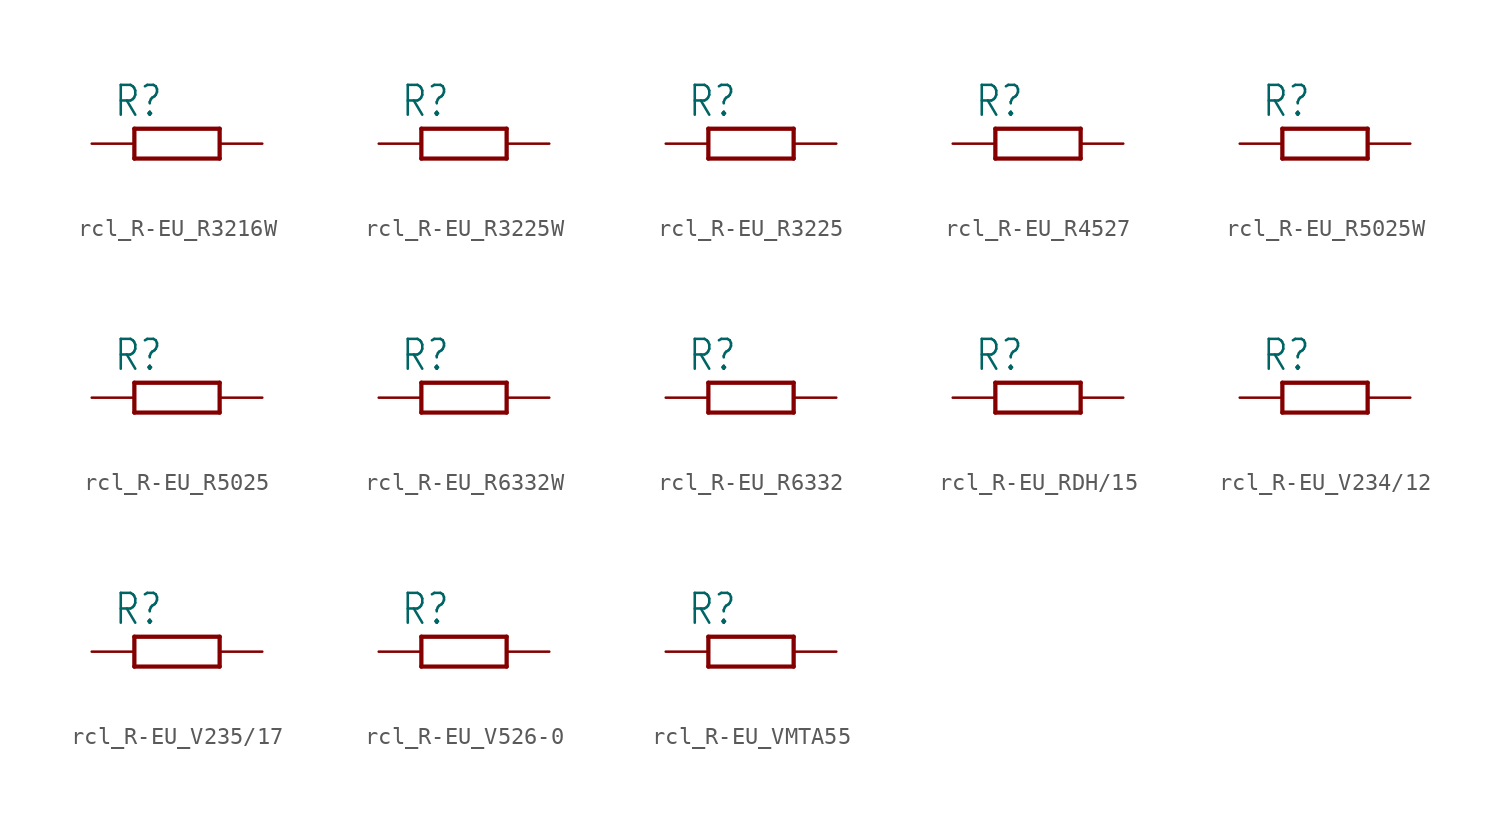
<source format=kicad_sym>
(kicad_symbol_lib
  (version 20231120)
  (generator "kicad_symbol_editor")
  (generator_version "8.0")
  (symbol "rcl_R-EU_R3216W"
    (property "Reference" "R"
      (at -3.81 1.499 0)
      (effects (font (size 1.778 1.511)) (justify left bottom)))
    (property "Value" ""
      (at -3.81 -3.302 0)
      (effects (font (size 1.778 1.511)) (justify left bottom)))
    (property "ki_locked" ""
      (at 0 0 0)
      (effects (font (size 1.27 1.27))))
    (symbol "rcl_R-EU_R3216W_1_0"
      (polyline (pts (xy -2.54 -0.889) (xy -2.54 0.889)) (stroke (width 0.254) (type solid)) (fill (type none)))
      (polyline (pts (xy -2.54 -0.889) (xy 2.54 -0.889)) (stroke (width 0.254) (type solid)) (fill (type none)))
      (polyline (pts (xy 2.54 -0.889) (xy 2.54 0.889)) (stroke (width 0.254) (type solid)) (fill (type none)))
      (polyline (pts (xy 2.54 0.889) (xy -2.54 0.889)) (stroke (width 0.254) (type solid)) (fill (type none)))
      (pin passive line (at -5.08 0 0) (length 2.54) (name "1" (effects (font (size 0 0)))) (number "1" (effects (font (size 0 0)))))
      (pin passive line (at 5.08 0 180) (length 2.54) (name "2" (effects (font (size 0 0)))) (number "2" (effects (font (size 0 0)))))))
  (symbol "rcl_R-EU_R3225W"
    (property "Reference" "R"
      (at -3.81 1.499 0)
      (effects (font (size 1.778 1.511)) (justify left bottom)))
    (property "Value" ""
      (at -3.81 -3.302 0)
      (effects (font (size 1.778 1.511)) (justify left bottom)))
    (property "ki_locked" ""
      (at 0 0 0)
      (effects (font (size 1.27 1.27))))
    (symbol "rcl_R-EU_R3225W_1_0"
      (polyline (pts (xy -2.54 -0.889) (xy -2.54 0.889)) (stroke (width 0.254) (type solid)) (fill (type none)))
      (polyline (pts (xy -2.54 -0.889) (xy 2.54 -0.889)) (stroke (width 0.254) (type solid)) (fill (type none)))
      (polyline (pts (xy 2.54 -0.889) (xy 2.54 0.889)) (stroke (width 0.254) (type solid)) (fill (type none)))
      (polyline (pts (xy 2.54 0.889) (xy -2.54 0.889)) (stroke (width 0.254) (type solid)) (fill (type none)))
      (pin passive line (at -5.08 0 0) (length 2.54) (name "1" (effects (font (size 0 0)))) (number "1" (effects (font (size 0 0)))))
      (pin passive line (at 5.08 0 180) (length 2.54) (name "2" (effects (font (size 0 0)))) (number "2" (effects (font (size 0 0)))))))
  (symbol "rcl_R-EU_R3225"
    (property "Reference" "R"
      (at -3.81 1.499 0)
      (effects (font (size 1.778 1.511)) (justify left bottom)))
    (property "Value" ""
      (at -3.81 -3.302 0)
      (effects (font (size 1.778 1.511)) (justify left bottom)))
    (property "ki_locked" ""
      (at 0 0 0)
      (effects (font (size 1.27 1.27))))
    (symbol "rcl_R-EU_R3225_1_0"
      (polyline (pts (xy -2.54 -0.889) (xy -2.54 0.889)) (stroke (width 0.254) (type solid)) (fill (type none)))
      (polyline (pts (xy -2.54 -0.889) (xy 2.54 -0.889)) (stroke (width 0.254) (type solid)) (fill (type none)))
      (polyline (pts (xy 2.54 -0.889) (xy 2.54 0.889)) (stroke (width 0.254) (type solid)) (fill (type none)))
      (polyline (pts (xy 2.54 0.889) (xy -2.54 0.889)) (stroke (width 0.254) (type solid)) (fill (type none)))
      (pin passive line (at -5.08 0 0) (length 2.54) (name "1" (effects (font (size 0 0)))) (number "1" (effects (font (size 0 0)))))
      (pin passive line (at 5.08 0 180) (length 2.54) (name "2" (effects (font (size 0 0)))) (number "2" (effects (font (size 0 0)))))))
  (symbol "rcl_R-EU_R4527"
    (property "Reference" "R"
      (at -3.81 1.499 0)
      (effects (font (size 1.778 1.511)) (justify left bottom)))
    (property "Value" ""
      (at -3.81 -3.302 0)
      (effects (font (size 1.778 1.511)) (justify left bottom)))
    (property "ki_locked" ""
      (at 0 0 0)
      (effects (font (size 1.27 1.27))))
    (symbol "rcl_R-EU_R4527_1_0"
      (polyline (pts (xy -2.54 -0.889) (xy -2.54 0.889)) (stroke (width 0.254) (type solid)) (fill (type none)))
      (polyline (pts (xy -2.54 -0.889) (xy 2.54 -0.889)) (stroke (width 0.254) (type solid)) (fill (type none)))
      (polyline (pts (xy 2.54 -0.889) (xy 2.54 0.889)) (stroke (width 0.254) (type solid)) (fill (type none)))
      (polyline (pts (xy 2.54 0.889) (xy -2.54 0.889)) (stroke (width 0.254) (type solid)) (fill (type none)))
      (pin passive line (at -5.08 0 0) (length 2.54) (name "1" (effects (font (size 0 0)))) (number "1" (effects (font (size 0 0)))))
      (pin passive line (at 5.08 0 180) (length 2.54) (name "2" (effects (font (size 0 0)))) (number "2" (effects (font (size 0 0)))))))
  (symbol "rcl_R-EU_R5025W"
    (property "Reference" "R"
      (at -3.81 1.499 0)
      (effects (font (size 1.778 1.511)) (justify left bottom)))
    (property "Value" ""
      (at -3.81 -3.302 0)
      (effects (font (size 1.778 1.511)) (justify left bottom)))
    (property "ki_locked" ""
      (at 0 0 0)
      (effects (font (size 1.27 1.27))))
    (symbol "rcl_R-EU_R5025W_1_0"
      (polyline (pts (xy -2.54 -0.889) (xy -2.54 0.889)) (stroke (width 0.254) (type solid)) (fill (type none)))
      (polyline (pts (xy -2.54 -0.889) (xy 2.54 -0.889)) (stroke (width 0.254) (type solid)) (fill (type none)))
      (polyline (pts (xy 2.54 -0.889) (xy 2.54 0.889)) (stroke (width 0.254) (type solid)) (fill (type none)))
      (polyline (pts (xy 2.54 0.889) (xy -2.54 0.889)) (stroke (width 0.254) (type solid)) (fill (type none)))
      (pin passive line (at -5.08 0 0) (length 2.54) (name "1" (effects (font (size 0 0)))) (number "1" (effects (font (size 0 0)))))
      (pin passive line (at 5.08 0 180) (length 2.54) (name "2" (effects (font (size 0 0)))) (number "2" (effects (font (size 0 0)))))))
  (symbol "rcl_R-EU_R5025"
    (property "Reference" "R"
      (at -3.81 1.499 0)
      (effects (font (size 1.778 1.511)) (justify left bottom)))
    (property "Value" ""
      (at -3.81 -3.302 0)
      (effects (font (size 1.778 1.511)) (justify left bottom)))
    (property "ki_locked" ""
      (at 0 0 0)
      (effects (font (size 1.27 1.27))))
    (symbol "rcl_R-EU_R5025_1_0"
      (polyline (pts (xy -2.54 -0.889) (xy -2.54 0.889)) (stroke (width 0.254) (type solid)) (fill (type none)))
      (polyline (pts (xy -2.54 -0.889) (xy 2.54 -0.889)) (stroke (width 0.254) (type solid)) (fill (type none)))
      (polyline (pts (xy 2.54 -0.889) (xy 2.54 0.889)) (stroke (width 0.254) (type solid)) (fill (type none)))
      (polyline (pts (xy 2.54 0.889) (xy -2.54 0.889)) (stroke (width 0.254) (type solid)) (fill (type none)))
      (pin passive line (at -5.08 0 0) (length 2.54) (name "1" (effects (font (size 0 0)))) (number "1" (effects (font (size 0 0)))))
      (pin passive line (at 5.08 0 180) (length 2.54) (name "2" (effects (font (size 0 0)))) (number "2" (effects (font (size 0 0)))))))
  (symbol "rcl_R-EU_R6332W"
    (property "Reference" "R"
      (at -3.81 1.499 0)
      (effects (font (size 1.778 1.511)) (justify left bottom)))
    (property "Value" ""
      (at -3.81 -3.302 0)
      (effects (font (size 1.778 1.511)) (justify left bottom)))
    (property "ki_locked" ""
      (at 0 0 0)
      (effects (font (size 1.27 1.27))))
    (symbol "rcl_R-EU_R6332W_1_0"
      (polyline (pts (xy -2.54 -0.889) (xy -2.54 0.889)) (stroke (width 0.254) (type solid)) (fill (type none)))
      (polyline (pts (xy -2.54 -0.889) (xy 2.54 -0.889)) (stroke (width 0.254) (type solid)) (fill (type none)))
      (polyline (pts (xy 2.54 -0.889) (xy 2.54 0.889)) (stroke (width 0.254) (type solid)) (fill (type none)))
      (polyline (pts (xy 2.54 0.889) (xy -2.54 0.889)) (stroke (width 0.254) (type solid)) (fill (type none)))
      (pin passive line (at -5.08 0 0) (length 2.54) (name "1" (effects (font (size 0 0)))) (number "1" (effects (font (size 0 0)))))
      (pin passive line (at 5.08 0 180) (length 2.54) (name "2" (effects (font (size 0 0)))) (number "2" (effects (font (size 0 0)))))))
  (symbol "rcl_R-EU_R6332"
    (property "Reference" "R"
      (at -3.81 1.499 0)
      (effects (font (size 1.778 1.511)) (justify left bottom)))
    (property "Value" ""
      (at -3.81 -3.302 0)
      (effects (font (size 1.778 1.511)) (justify left bottom)))
    (property "ki_locked" ""
      (at 0 0 0)
      (effects (font (size 1.27 1.27))))
    (symbol "rcl_R-EU_R6332_1_0"
      (polyline (pts (xy -2.54 -0.889) (xy -2.54 0.889)) (stroke (width 0.254) (type solid)) (fill (type none)))
      (polyline (pts (xy -2.54 -0.889) (xy 2.54 -0.889)) (stroke (width 0.254) (type solid)) (fill (type none)))
      (polyline (pts (xy 2.54 -0.889) (xy 2.54 0.889)) (stroke (width 0.254) (type solid)) (fill (type none)))
      (polyline (pts (xy 2.54 0.889) (xy -2.54 0.889)) (stroke (width 0.254) (type solid)) (fill (type none)))
      (pin passive line (at -5.08 0 0) (length 2.54) (name "1" (effects (font (size 0 0)))) (number "1" (effects (font (size 0 0)))))
      (pin passive line (at 5.08 0 180) (length 2.54) (name "2" (effects (font (size 0 0)))) (number "2" (effects (font (size 0 0)))))))
  (symbol "rcl_R-EU_RDH/15"
    (property "Reference" "R"
      (at -3.81 1.499 0)
      (effects (font (size 1.778 1.511)) (justify left bottom)))
    (property "Value" ""
      (at -3.81 -3.302 0)
      (effects (font (size 1.778 1.511)) (justify left bottom)))
    (property "ki_locked" ""
      (at 0 0 0)
      (effects (font (size 1.27 1.27))))
    (symbol "rcl_R-EU_RDH/15_1_0"
      (polyline (pts (xy -2.54 -0.889) (xy -2.54 0.889)) (stroke (width 0.254) (type solid)) (fill (type none)))
      (polyline (pts (xy -2.54 -0.889) (xy 2.54 -0.889)) (stroke (width 0.254) (type solid)) (fill (type none)))
      (polyline (pts (xy 2.54 -0.889) (xy 2.54 0.889)) (stroke (width 0.254) (type solid)) (fill (type none)))
      (polyline (pts (xy 2.54 0.889) (xy -2.54 0.889)) (stroke (width 0.254) (type solid)) (fill (type none)))
      (pin passive line (at -5.08 0 0) (length 2.54) (name "1" (effects (font (size 0 0)))) (number "1" (effects (font (size 0 0)))))
      (pin passive line (at 5.08 0 180) (length 2.54) (name "2" (effects (font (size 0 0)))) (number "2" (effects (font (size 0 0)))))))
  (symbol "rcl_R-EU_V234/12"
    (property "Reference" "R"
      (at -3.81 1.499 0)
      (effects (font (size 1.778 1.511)) (justify left bottom)))
    (property "Value" ""
      (at -3.81 -3.302 0)
      (effects (font (size 1.778 1.511)) (justify left bottom)))
    (property "ki_locked" ""
      (at 0 0 0)
      (effects (font (size 1.27 1.27))))
    (symbol "rcl_R-EU_V234/12_1_0"
      (polyline (pts (xy -2.54 -0.889) (xy -2.54 0.889)) (stroke (width 0.254) (type solid)) (fill (type none)))
      (polyline (pts (xy -2.54 -0.889) (xy 2.54 -0.889)) (stroke (width 0.254) (type solid)) (fill (type none)))
      (polyline (pts (xy 2.54 -0.889) (xy 2.54 0.889)) (stroke (width 0.254) (type solid)) (fill (type none)))
      (polyline (pts (xy 2.54 0.889) (xy -2.54 0.889)) (stroke (width 0.254) (type solid)) (fill (type none)))
      (pin passive line (at -5.08 0 0) (length 2.54) (name "1" (effects (font (size 0 0)))) (number "1" (effects (font (size 0 0)))))
      (pin passive line (at 5.08 0 180) (length 2.54) (name "2" (effects (font (size 0 0)))) (number "2" (effects (font (size 0 0)))))))
  (symbol "rcl_R-EU_V235/17"
    (property "Reference" "R"
      (at -3.81 1.499 0)
      (effects (font (size 1.778 1.511)) (justify left bottom)))
    (property "Value" ""
      (at -3.81 -3.302 0)
      (effects (font (size 1.778 1.511)) (justify left bottom)))
    (property "ki_locked" ""
      (at 0 0 0)
      (effects (font (size 1.27 1.27))))
    (symbol "rcl_R-EU_V235/17_1_0"
      (polyline (pts (xy -2.54 -0.889) (xy -2.54 0.889)) (stroke (width 0.254) (type solid)) (fill (type none)))
      (polyline (pts (xy -2.54 -0.889) (xy 2.54 -0.889)) (stroke (width 0.254) (type solid)) (fill (type none)))
      (polyline (pts (xy 2.54 -0.889) (xy 2.54 0.889)) (stroke (width 0.254) (type solid)) (fill (type none)))
      (polyline (pts (xy 2.54 0.889) (xy -2.54 0.889)) (stroke (width 0.254) (type solid)) (fill (type none)))
      (pin passive line (at -5.08 0 0) (length 2.54) (name "1" (effects (font (size 0 0)))) (number "1" (effects (font (size 0 0)))))
      (pin passive line (at 5.08 0 180) (length 2.54) (name "2" (effects (font (size 0 0)))) (number "2" (effects (font (size 0 0)))))))
  (symbol "rcl_R-EU_V526-0"
    (property "Reference" "R"
      (at -3.81 1.499 0)
      (effects (font (size 1.778 1.511)) (justify left bottom)))
    (property "Value" ""
      (at -3.81 -3.302 0)
      (effects (font (size 1.778 1.511)) (justify left bottom)))
    (property "ki_locked" ""
      (at 0 0 0)
      (effects (font (size 1.27 1.27))))
    (symbol "rcl_R-EU_V526-0_1_0"
      (polyline (pts (xy -2.54 -0.889) (xy -2.54 0.889)) (stroke (width 0.254) (type solid)) (fill (type none)))
      (polyline (pts (xy -2.54 -0.889) (xy 2.54 -0.889)) (stroke (width 0.254) (type solid)) (fill (type none)))
      (polyline (pts (xy 2.54 -0.889) (xy 2.54 0.889)) (stroke (width 0.254) (type solid)) (fill (type none)))
      (polyline (pts (xy 2.54 0.889) (xy -2.54 0.889)) (stroke (width 0.254) (type solid)) (fill (type none)))
      (pin passive line (at -5.08 0 0) (length 2.54) (name "1" (effects (font (size 0 0)))) (number "1" (effects (font (size 0 0)))))
      (pin passive line (at 5.08 0 180) (length 2.54) (name "2" (effects (font (size 0 0)))) (number "2" (effects (font (size 0 0)))))))
  (symbol "rcl_R-EU_VMTA55"
    (property "Reference" "R"
      (at -3.81 1.499 0)
      (effects (font (size 1.778 1.511)) (justify left bottom)))
    (property "Value" ""
      (at -3.81 -3.302 0)
      (effects (font (size 1.778 1.511)) (justify left bottom)))
    (property "ki_locked" ""
      (at 0 0 0)
      (effects (font (size 1.27 1.27))))
    (symbol "rcl_R-EU_VMTA55_1_0"
      (polyline (pts (xy -2.54 -0.889) (xy -2.54 0.889)) (stroke (width 0.254) (type solid)) (fill (type none)))
      (polyline (pts (xy -2.54 -0.889) (xy 2.54 -0.889)) (stroke (width 0.254) (type solid)) (fill (type none)))
      (polyline (pts (xy 2.54 -0.889) (xy 2.54 0.889)) (stroke (width 0.254) (type solid)) (fill (type none)))
      (polyline (pts (xy 2.54 0.889) (xy -2.54 0.889)) (stroke (width 0.254) (type solid)) (fill (type none)))
      (pin passive line (at -5.08 0 0) (length 2.54) (name "1" (effects (font (size 0 0)))) (number "1" (effects (font (size 0 0)))))
      (pin passive line (at 5.08 0 180) (length 2.54) (name "2" (effects (font (size 0 0)))) (number "2" (effects (font (size 0 0))))))))
</source>
